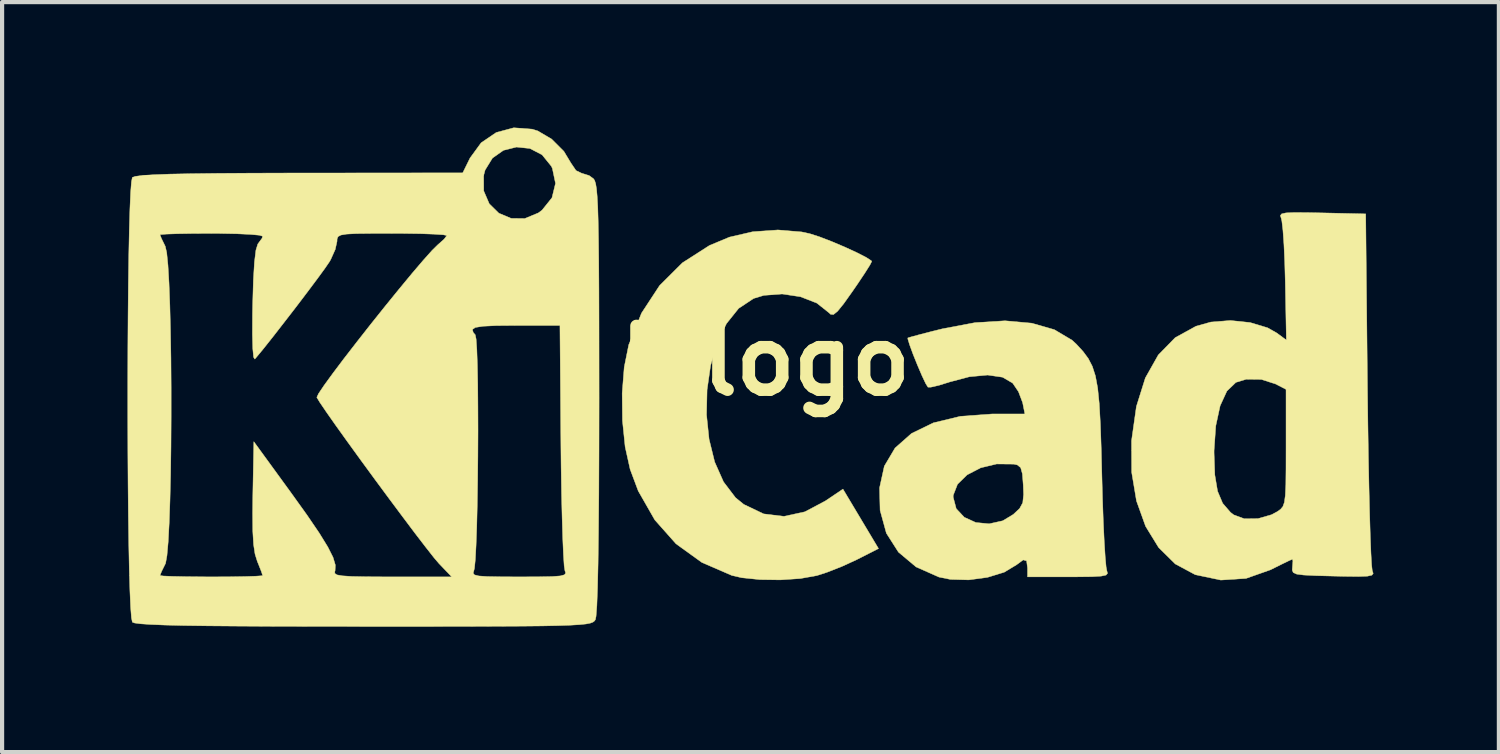
<source format=kicad_pcb>
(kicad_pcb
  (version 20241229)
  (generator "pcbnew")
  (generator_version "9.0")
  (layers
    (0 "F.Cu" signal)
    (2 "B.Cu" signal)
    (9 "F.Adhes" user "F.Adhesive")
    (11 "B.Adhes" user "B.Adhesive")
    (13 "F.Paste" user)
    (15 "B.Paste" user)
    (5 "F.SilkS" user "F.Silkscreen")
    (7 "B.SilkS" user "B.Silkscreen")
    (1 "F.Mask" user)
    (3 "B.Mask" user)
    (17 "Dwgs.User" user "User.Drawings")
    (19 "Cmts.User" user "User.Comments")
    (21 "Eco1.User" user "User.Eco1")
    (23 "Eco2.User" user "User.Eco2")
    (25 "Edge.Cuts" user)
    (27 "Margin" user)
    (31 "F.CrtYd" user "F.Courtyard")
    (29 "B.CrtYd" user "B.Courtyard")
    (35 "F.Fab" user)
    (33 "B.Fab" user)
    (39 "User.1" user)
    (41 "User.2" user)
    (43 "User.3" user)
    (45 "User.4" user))
  (footprint "kilogo"
    (layer "F.Cu")
    (at 15.253 5.578)
    (property "Reference" "kilogo" (at 0 0 0) (layer "F.SilkS") (effects (font (size 1.524 1.524) (thickness 0.3))))
    (attr through_hole)
    (fp_poly (pts (xy 0.864 -3.083) (xy 1.058 -3.041) (xy 1.294 -2.965) (xy 1.587 -2.852) (xy 1.898 -2.72) (xy 2.185 -2.588) (xy 2.409 -2.473) (xy 2.53 -2.394) (xy 2.54 -2.377) (xy 2.495 -2.289) (xy 2.373 -2.096) (xy 2.196 -1.831) (xy 2.085 -1.67) (xy 1.869 -1.366) (xy 1.723 -1.186) (xy 1.626 -1.108) (xy 1.557 -1.113) (xy 1.519 -1.149) (xy 1.229 -1.38) (xy 0.837 -1.533) (xy 0.397 -1.599) (xy -0.039 -1.566) (xy -0.284 -1.492) (xy -0.642 -1.255) (xy -0.934 -0.89) (xy -1.158 -0.425) (xy -1.313 0.112) (xy -1.397 0.693) (xy -1.41 1.29) (xy -1.349 1.874) (xy -1.215 2.418) (xy -1.004 2.893) (xy -0.716 3.272) (xy -0.519 3.432) (xy -0.044 3.659) (xy 0.442 3.718) (xy 0.941 3.609) (xy 1.43 3.35) (xy 1.852 3.066) (xy 2.277 3.777) (xy 2.702 4.488) (xy 2.177 4.755) (xy 1.83 4.914) (xy 1.469 5.056) (xy 1.228 5.134) (xy 0.83 5.205) (xy 0.354 5.237) (xy -0.134 5.23) (xy -0.569 5.185) (xy -0.804 5.131) (xy -1.522 4.82) (xy -2.139 4.375) (xy -2.647 3.803) (xy -3.043 3.11) (xy -3.237 2.592) (xy -3.356 2.056) (xy -3.42 1.429) (xy -3.427 0.773) (xy -3.378 0.151) (xy -3.272 -0.375) (xy -3.271 -0.381) (xy -2.964 -1.142) (xy -2.532 -1.801) (xy -1.987 -2.344) (xy -1.34 -2.759) (xy -0.863 -2.958) (xy -0.307 -3.087) (xy 0.295 -3.13) (xy 0.864 -3.083)) (stroke (width 0.01) (type solid)) (fill yes) (layer "F.SilkS"))
    (fp_poly (pts (xy 12.982 -3.544) (xy 13.304 -3.538) (xy 14.351 -3.514) (xy 14.393 0.677) (xy 14.403 1.508) (xy 14.415 2.29) (xy 14.429 3.006) (xy 14.444 3.64) (xy 14.46 4.175) (xy 14.476 4.593) (xy 14.492 4.878) (xy 14.507 5.013) (xy 14.509 5.019) (xy 14.53 5.083) (xy 14.499 5.124) (xy 14.392 5.148) (xy 14.182 5.156) (xy 13.844 5.152) (xy 13.578 5.146) (xy 13.153 5.135) (xy 12.869 5.121) (xy 12.7 5.099) (xy 12.618 5.061) (xy 12.594 5.003) (xy 12.599 4.932) (xy 12.61 4.784) (xy 12.599 4.742) (xy 12.516 4.778) (xy 12.325 4.871) (xy 12.074 4.996) (xy 11.49 5.202) (xy 10.886 5.241) (xy 10.277 5.113) (xy 10.27 5.11) (xy 9.797 4.856) (xy 9.4 4.464) (xy 9.088 3.956) (xy 8.87 3.349) (xy 8.755 2.663) (xy 8.753 2.2) (xy 10.725 2.2) (xy 10.743 2.726) (xy 10.809 3.117) (xy 10.931 3.406) (xy 11.12 3.624) (xy 11.197 3.683) (xy 11.45 3.776) (xy 11.774 3.772) (xy 12.101 3.678) (xy 12.238 3.604) (xy 12.315 3.549) (xy 12.37 3.484) (xy 12.407 3.381) (xy 12.429 3.215) (xy 12.441 2.959) (xy 12.445 2.586) (xy 12.446 2.075) (xy 12.446 0.682) (xy 12.196 0.553) (xy 11.853 0.443) (xy 11.496 0.439) (xy 11.247 0.515) (xy 11.032 0.722) (xy 10.87 1.074) (xy 10.766 1.555) (xy 10.725 2.147) (xy 10.725 2.2) (xy 8.753 2.2) (xy 8.752 1.916) (xy 8.753 1.902) (xy 8.868 1.09) (xy 9.082 0.408) (xy 9.392 -0.142) (xy 9.796 -0.555) (xy 10.292 -0.828) (xy 10.649 -0.928) (xy 11.116 -0.965) (xy 11.588 -0.916) (xy 12.004 -0.791) (xy 12.217 -0.671) (xy 12.454 -0.497) (xy 12.428 -1.878) (xy 12.415 -2.355) (xy 12.396 -2.779) (xy 12.372 -3.12) (xy 12.346 -3.344) (xy 12.33 -3.411) (xy 12.31 -3.473) (xy 12.34 -3.514) (xy 12.445 -3.538) (xy 12.651 -3.547) (xy 12.982 -3.544)) (stroke (width 0.01) (type solid)) (fill yes) (layer "F.SilkS"))
    (fp_poly (pts (xy 6.366 -0.901) (xy 6.906 -0.746) (xy 7.329 -0.495) (xy 7.432 -0.4) (xy 7.591 -0.227) (xy 7.717 -0.057) (xy 7.814 0.13) (xy 7.888 0.359) (xy 7.942 0.65) (xy 7.98 1.026) (xy 8.007 1.51) (xy 8.028 2.123) (xy 8.042 2.709) (xy 8.058 3.304) (xy 8.077 3.847) (xy 8.099 4.315) (xy 8.122 4.683) (xy 8.144 4.927) (xy 8.161 5.016) (xy 8.178 5.08) (xy 8.142 5.122) (xy 8.026 5.147) (xy 7.805 5.16) (xy 7.452 5.164) (xy 7.248 5.165) (xy 6.265 5.165) (xy 6.265 4.953) (xy 6.243 4.782) (xy 6.161 4.759) (xy 6.002 4.876) (xy 5.709 5.053) (xy 5.309 5.176) (xy 4.86 5.237) (xy 4.42 5.225) (xy 4.148 5.17) (xy 3.6 4.927) (xy 3.179 4.574) (xy 2.89 4.121) (xy 2.74 3.574) (xy 2.732 3.257) (xy 4.487 3.257) (xy 4.56 3.534) (xy 4.753 3.74) (xy 5.028 3.865) (xy 5.347 3.896) (xy 5.672 3.824) (xy 5.924 3.672) (xy 6.076 3.53) (xy 6.151 3.392) (xy 6.171 3.196) (xy 6.163 2.974) (xy 6.142 2.7) (xy 6.101 2.553) (xy 6.021 2.488) (xy 5.935 2.469) (xy 5.528 2.465) (xy 5.145 2.557) (xy 4.821 2.725) (xy 4.591 2.95) (xy 4.489 3.213) (xy 4.487 3.257) (xy 2.732 3.257) (xy 2.727 3.036) (xy 2.841 2.517) (xy 3.098 2.083) (xy 3.491 1.736) (xy 4.013 1.482) (xy 4.658 1.326) (xy 5.418 1.27) (xy 5.445 1.27) (xy 6.202 1.27) (xy 6.148 0.999) (xy 6.049 0.738) (xy 5.911 0.533) (xy 5.668 0.391) (xy 5.312 0.339) (xy 4.874 0.38) (xy 4.405 0.504) (xy 4.146 0.585) (xy 3.954 0.629) (xy 3.885 0.629) (xy 3.83 0.542) (xy 3.739 0.349) (xy 3.632 0.099) (xy 3.527 -0.162) (xy 3.445 -0.386) (xy 3.403 -0.525) (xy 3.404 -0.549) (xy 3.492 -0.576) (xy 3.707 -0.634) (xy 4.013 -0.713) (xy 4.233 -0.767) (xy 5.011 -0.914) (xy 5.728 -0.958) (xy 6.366 -0.901)) (stroke (width 0.01) (type solid)) (fill yes) (layer "F.SilkS"))
    (fp_poly (pts (xy -5.579 -5.54) (xy -5.445 -5.498) (xy -5.114 -5.303) (xy -4.821 -5.01) (xy -4.653 -4.731) (xy -4.531 -4.551) (xy -4.398 -4.487) (xy -4.216 -4.43) (xy -4.112 -4.354) (xy -4.085 -4.312) (xy -4.061 -4.237) (xy -4.041 -4.116) (xy -4.025 -3.937) (xy -4.011 -3.688) (xy -4.001 -3.355) (xy -3.993 -2.926) (xy -3.987 -2.388) (xy -3.983 -1.73) (xy -3.981 -0.937) (xy -3.98 0.001) (xy -3.979 0.901) (xy -3.981 2.124) (xy -3.985 3.191) (xy -3.993 4.099) (xy -4.003 4.846) (xy -4.016 5.43) (xy -4.032 5.851) (xy -4.051 6.105) (xy -4.067 6.186) (xy -4.089 6.219) (xy -4.126 6.247) (xy -4.189 6.271) (xy -4.292 6.291) (xy -4.447 6.307) (xy -4.665 6.32) (xy -4.96 6.33) (xy -5.344 6.338) (xy -5.83 6.343) (xy -6.428 6.346) (xy -7.153 6.349) (xy -8.016 6.35) (xy -9.03 6.35) (xy -9.596 6.35) (xy -10.759 6.349) (xy -11.763 6.347) (xy -12.616 6.342) (xy -13.327 6.336) (xy -13.906 6.328) (xy -14.362 6.317) (xy -14.704 6.303) (xy -14.941 6.287) (xy -15.084 6.268) (xy -15.138 6.248) (xy -15.16 6.144) (xy -15.18 5.887) (xy -15.197 5.497) (xy -15.212 4.991) (xy -15.224 4.387) (xy -15.234 3.703) (xy -15.241 2.957) (xy -15.246 2.165) (xy -15.248 1.347) (xy -15.248 0.52) (xy -15.246 -0.298) (xy -15.241 -1.089) (xy -15.234 -1.836) (xy -15.224 -2.521) (xy -15.214 -3.015) (xy -14.478 -3.015) (xy -14.443 -2.926) (xy -14.358 -2.752) (xy -14.352 -2.74) (xy -14.317 -2.588) (xy -14.287 -2.289) (xy -14.262 -1.865) (xy -14.242 -1.338) (xy -14.227 -0.732) (xy -14.216 -0.067) (xy -14.211 0.633) (xy -14.211 1.346) (xy -14.215 2.05) (xy -14.224 2.723) (xy -14.239 3.343) (xy -14.258 3.886) (xy -14.282 4.332) (xy -14.311 4.657) (xy -14.344 4.84) (xy -14.352 4.857) (xy -14.439 5.033) (xy -14.478 5.13) (xy -14.478 5.132) (xy -14.398 5.144) (xy -14.179 5.153) (xy -13.85 5.16) (xy -13.441 5.164) (xy -13.25 5.165) (xy -12.816 5.163) (xy -12.45 5.157) (xy -12.18 5.148) (xy -12.038 5.138) (xy -12.023 5.133) (xy -12.052 5.042) (xy -12.126 4.855) (xy -12.152 4.791) (xy -12.205 4.621) (xy -12.24 4.392) (xy -12.259 4.075) (xy -12.263 3.642) (xy -12.258 3.207) (xy -12.234 1.932) (xy -11.357 3.137) (xy -10.965 3.683) (xy -10.671 4.115) (xy -10.466 4.448) (xy -10.34 4.698) (xy -10.285 4.882) (xy -10.291 5.016) (xy -10.297 5.033) (xy -10.298 5.082) (xy -10.246 5.117) (xy -10.116 5.14) (xy -9.888 5.155) (xy -9.54 5.162) (xy -9.049 5.165) (xy -8.924 5.165) (xy -7.501 5.165) (xy -7.806 4.847) (xy -7.924 4.709) (xy -8.119 4.461) (xy -8.375 4.128) (xy -8.674 3.73) (xy -9.003 3.289) (xy -9.343 2.829) (xy -9.679 2.37) (xy -9.994 1.935) (xy -10.273 1.546) (xy -10.499 1.224) (xy -10.656 0.993) (xy -10.727 0.875) (xy -10.728 0.873) (xy -10.687 0.784) (xy -10.554 0.586) (xy -10.346 0.3) (xy -10.08 -0.053) (xy -9.771 -0.452) (xy -9.537 -0.75) (xy -7.009 -0.75) (xy -6.987 -0.677) (xy -6.94 -0.624) (xy -6.919 -0.52) (xy -6.902 -0.271) (xy -6.889 0.097) (xy -6.88 0.561) (xy -6.876 1.096) (xy -6.874 1.677) (xy -6.877 2.279) (xy -6.883 2.878) (xy -6.892 3.449) (xy -6.904 3.967) (xy -6.92 4.408) (xy -6.938 4.748) (xy -6.959 4.96) (xy -6.973 5.016) (xy -6.99 5.076) (xy -6.959 5.117) (xy -6.854 5.143) (xy -6.651 5.157) (xy -6.326 5.163) (xy -5.884 5.165) (xy -5.422 5.163) (xy -5.104 5.157) (xy -4.907 5.142) (xy -4.807 5.115) (xy -4.778 5.073) (xy -4.796 5.016) (xy -4.814 4.899) (xy -4.831 4.633) (xy -4.848 4.239) (xy -4.863 3.739) (xy -4.877 3.153) (xy -4.887 2.502) (xy -4.892 2.011) (xy -4.915 -0.847) (xy -5.971 -0.847) (xy -6.437 -0.843) (xy -6.753 -0.828) (xy -6.938 -0.799) (xy -7.009 -0.75) (xy -9.537 -0.75) (xy -9.438 -0.876) (xy -9.096 -1.304) (xy -8.761 -1.716) (xy -8.452 -2.09) (xy -8.183 -2.405) (xy -7.973 -2.64) (xy -7.837 -2.774) (xy -7.83 -2.78) (xy -7.684 -2.91) (xy -7.62 -2.995) (xy -7.62 -2.997) (xy -7.7 -3.014) (xy -7.92 -3.029) (xy -8.252 -3.041) (xy -8.668 -3.047) (xy -8.932 -3.048) (xy -9.429 -3.047) (xy -9.782 -3.043) (xy -10.014 -3.031) (xy -10.152 -3.008) (xy -10.22 -2.971) (xy -10.243 -2.916) (xy -10.245 -2.857) (xy -10.288 -2.663) (xy -10.396 -2.422) (xy -10.425 -2.371) (xy -10.529 -2.219) (xy -10.713 -1.967) (xy -10.954 -1.645) (xy -11.228 -1.284) (xy -11.511 -0.918) (xy -11.777 -0.576) (xy -12.004 -0.29) (xy -12.167 -0.093) (xy -12.211 -0.042) (xy -12.24 -0.089) (xy -12.259 -0.291) (xy -12.268 -0.636) (xy -12.266 -1.11) (xy -12.262 -1.329) (xy -12.245 -1.925) (xy -12.219 -2.361) (xy -12.184 -2.647) (xy -12.139 -2.793) (xy -12.129 -2.807) (xy -12.037 -2.932) (xy -12.023 -2.98) (xy -12.102 -3.004) (xy -12.322 -3.024) (xy -12.651 -3.039) (xy -13.06 -3.047) (xy -13.25 -3.048) (xy -13.684 -3.046) (xy -14.051 -3.04) (xy -14.321 -3.031) (xy -14.463 -3.02) (xy -14.478 -3.015) (xy -15.214 -3.015) (xy -15.212 -3.125) (xy -15.197 -3.632) (xy -15.18 -4.023) (xy -15.16 -4.28) (xy -15.139 -4.386) (xy -15.138 -4.386) (xy -15.067 -4.411) (xy -14.909 -4.432) (xy -6.739 -4.432) (xy -6.737 -4.063) (xy -6.605 -3.756) (xy -6.376 -3.531) (xy -6.082 -3.407) (xy -5.756 -3.403) (xy -5.43 -3.538) (xy -5.343 -3.603) (xy -5.105 -3.9) (xy -5.021 -4.244) (xy -5.096 -4.602) (xy -5.12 -4.653) (xy -5.342 -4.927) (xy -5.633 -5.078) (xy -5.953 -5.112) (xy -6.265 -5.034) (xy -6.528 -4.849) (xy -6.704 -4.563) (xy -6.739 -4.432) (xy -14.909 -4.432) (xy -14.903 -4.433) (xy -14.635 -4.45) (xy -14.252 -4.465) (xy -13.744 -4.475) (xy -13.101 -4.483) (xy -12.311 -4.488) (xy -11.365 -4.491) (xy -11.138 -4.491) (xy -7.239 -4.495) (xy -7.064 -4.851) (xy -6.799 -5.214) (xy -6.438 -5.46) (xy -6.019 -5.573) (xy -5.579 -5.54)) (stroke (width 0.01) (type solid)) (fill yes) (layer "F.SilkS")))
  (gr_rect
    (start -3 -3)
    (end 32.788 14.933)
    (stroke (width 0.1) (type default))
    (fill no)
    (layer "Edge.Cuts")))
</source>
